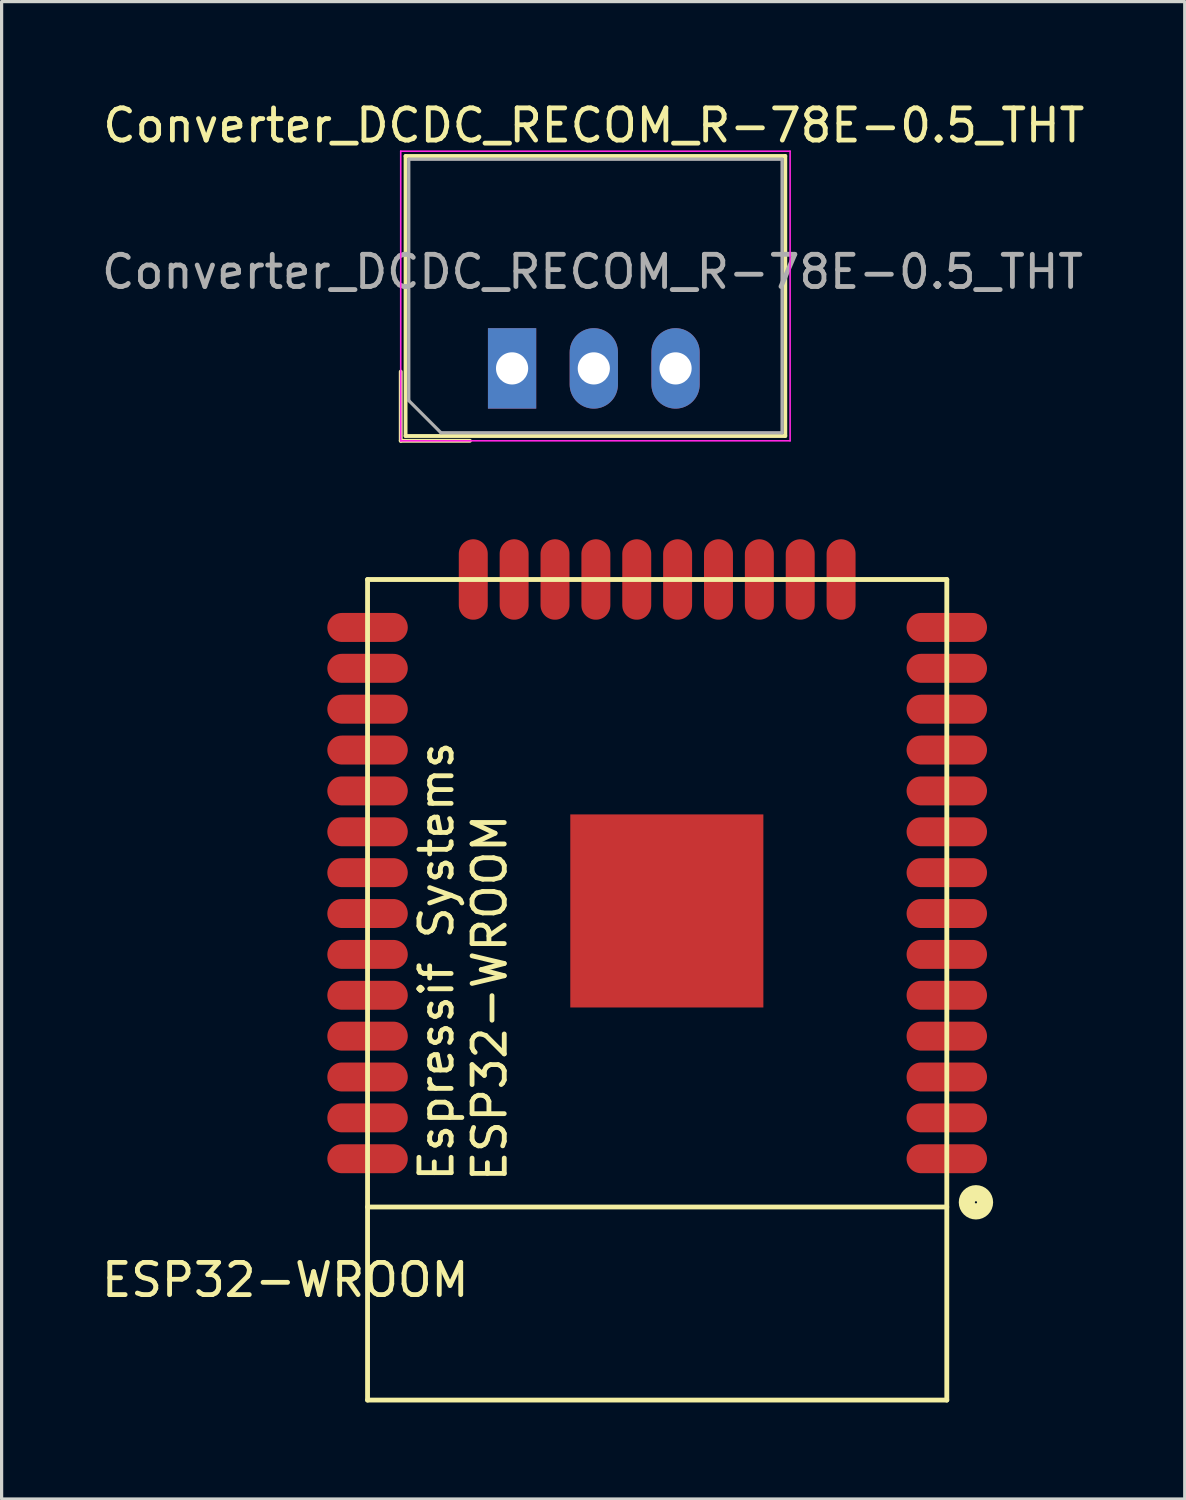
<source format=kicad_pcb>
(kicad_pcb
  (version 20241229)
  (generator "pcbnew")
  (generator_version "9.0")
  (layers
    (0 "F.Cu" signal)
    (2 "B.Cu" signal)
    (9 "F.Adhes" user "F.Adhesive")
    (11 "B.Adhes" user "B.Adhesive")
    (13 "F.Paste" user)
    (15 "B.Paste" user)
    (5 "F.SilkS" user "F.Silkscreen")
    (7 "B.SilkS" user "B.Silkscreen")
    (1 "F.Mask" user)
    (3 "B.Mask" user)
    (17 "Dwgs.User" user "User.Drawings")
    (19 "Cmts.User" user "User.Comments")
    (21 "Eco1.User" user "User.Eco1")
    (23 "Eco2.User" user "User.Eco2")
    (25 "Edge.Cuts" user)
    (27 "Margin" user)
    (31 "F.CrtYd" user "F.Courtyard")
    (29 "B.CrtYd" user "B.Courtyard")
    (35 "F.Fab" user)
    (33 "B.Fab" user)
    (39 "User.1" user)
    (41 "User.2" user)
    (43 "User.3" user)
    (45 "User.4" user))
  (footprint "Converter_DCDC_RECOM_R-78E-0.5_THT"
    (layer "F.Cu")
    (at 12.863 8.398)
    (property "Reference" "Converter_DCDC_RECOM_R-78E-0.5_THT" (at 2.54 -7.55 0) (layer "F.SilkS") (effects (font (size 1 1) (thickness 0.15))))
    (attr through_hole)
    (fp_line (start -3.46 0.1) (end -3.46 2.25) (stroke (width 0.12) (type solid)) (layer "F.SilkS"))
    (fp_line (start -3.46 2.25) (end -1.31 2.25) (stroke (width 0.12) (type solid)) (layer "F.SilkS"))
    (fp_line (start -3.31 -6.6) (end -3.31 2.1) (stroke (width 0.12) (type solid)) (layer "F.SilkS"))
    (fp_line (start -3.31 2.1) (end 8.49 2.1) (stroke (width 0.12) (type solid)) (layer "F.SilkS"))
    (fp_line (start 8.49 -6.6) (end -3.31 -6.6) (stroke (width 0.12) (type solid)) (layer "F.SilkS"))
    (fp_line (start 8.49 2.1) (end 8.49 -6.6) (stroke (width 0.12) (type solid)) (layer "F.SilkS"))
    (fp_line (start -3.46 -6.75) (end -3.46 2.25) (stroke (width 0.05) (type solid)) (layer "F.CrtYd"))
    (fp_line (start -3.46 2.25) (end 8.64 2.25) (stroke (width 0.05) (type solid)) (layer "F.CrtYd"))
    (fp_line (start 8.64 -6.75) (end -3.46 -6.75) (stroke (width 0.05) (type solid)) (layer "F.CrtYd"))
    (fp_line (start 8.64 2.25) (end 8.64 -6.75) (stroke (width 0.05) (type solid)) (layer "F.CrtYd"))
    (fp_line (start -3.21 -6.5) (end -3.21 1) (stroke (width 0.1) (type solid)) (layer "F.Fab"))
    (fp_line (start -3.21 1) (end -2.21 2) (stroke (width 0.1) (type solid)) (layer "F.Fab"))
    (fp_line (start -2.21 2) (end 8.39 2) (stroke (width 0.1) (type solid)) (layer "F.Fab"))
    (fp_line (start 8.39 -6.5) (end -3.21 -6.5) (stroke (width 0.1) (type solid)) (layer "F.Fab"))
    (fp_line (start 8.39 2) (end 8.39 -6.5) (stroke (width 0.1) (type solid)) (layer "F.Fab"))
    (fp_text user "${REFERENCE}" (at 2.5 -3 0) (layer "F.Fab") (effects (font (size 1 1) (thickness 0.15))))
    (pad "1" thru_hole rect (at 0 0) (size 1.5 2.5) (drill 1) (layers "*.Cu" "*.Mask"))
    (pad "2" thru_hole oval (at 2.54 0) (size 1.5 2.5) (drill 1) (layers "*.Cu" "*.Mask"))
    (pad "3" thru_hole oval (at 5.08 0) (size 1.5 2.5) (drill 1) (layers "*.Cu" "*.Mask")))
  (footprint "ESP32-WROOM"
    (layer "F.Cu")
    (at 17.372 27.708)
    (property "Reference" "ESP32-WROOM" (at -11.557 9.017 0) (layer "F.SilkS") (effects (font (size 1 1) (thickness 0.15))))
    (attr through_hole)
    (fp_line (start -9 -12.75) (end 9 -12.75) (stroke (width 0.15) (type solid)) (layer "F.SilkS"))
    (fp_line (start -9 6.75) (end 9 6.75) (stroke (width 0.15) (type solid)) (layer "F.SilkS"))
    (fp_line (start -9 12.75) (end -9 -12.75) (stroke (width 0.15) (type solid)) (layer "F.SilkS"))
    (fp_line (start -9 12.75) (end 9 12.75) (stroke (width 0.15) (type solid)) (layer "F.SilkS"))
    (fp_line (start 9 12.75) (end 9 -12.75) (stroke (width 0.15) (type solid)) (layer "F.SilkS"))
    (fp_circle (center 9.906 6.604) (end 10.033 6.858) (stroke (width 0.5) (type solid)) (fill no) (layer "F.SilkS"))
    (fp_text user "Espressif Systems" (at -6.858 -0.889 90) (layer "F.SilkS") (effects (font (size 1 1) (thickness 0.15))))
    (fp_text user "ESP32-WROOM" (at -5.207 0.254 90) (layer "F.SilkS") (effects (font (size 1 1) (thickness 0.15))))
    (pad "" smd rect (at -1.575 -4.325) (size 1.5 1.5) (layers "F.Paste"))
    (pad "" smd rect (at -1.575 -2.45) (size 1.5 1.5) (layers "F.Paste"))
    (pad "" smd rect (at -1.575 -0.575) (size 1.5 1.5) (layers "F.Paste"))
    (pad "" smd rect (at 0.3 -4.325) (size 1.5 1.5) (layers "F.Paste"))
    (pad "" smd rect (at 0.3 -2.45) (size 1.5 1.5) (layers "F.Paste"))
    (pad "" smd rect (at 0.3 -0.575) (size 1.5 1.5) (layers "F.Paste"))
    (pad "" smd rect (at 2.175 -4.325) (size 1.5 1.5) (layers "F.Paste"))
    (pad "" smd rect (at 2.175 -2.45) (size 1.5 1.5) (layers "F.Paste"))
    (pad "" smd rect (at 2.175 -0.575) (size 1.5 1.5) (layers "F.Paste"))
    (pad "1" smd oval (at 9 5.25) (size 2.5 0.9) (layers "F.Cu" "F.Mask" "F.Paste"))
    (pad "2" smd oval (at 9 3.98) (size 2.5 0.9) (layers "F.Cu" "F.Mask" "F.Paste"))
    (pad "3" smd oval (at 9 2.71) (size 2.5 0.9) (layers "F.Cu" "F.Mask" "F.Paste"))
    (pad "4" smd oval (at 9 1.44) (size 2.5 0.9) (layers "F.Cu" "F.Mask" "F.Paste"))
    (pad "5" smd oval (at 9 0.17) (size 2.5 0.9) (layers "F.Cu" "F.Mask" "F.Paste"))
    (pad "6" smd oval (at 9 -1.1) (size 2.5 0.9) (layers "F.Cu" "F.Mask" "F.Paste"))
    (pad "7" smd oval (at 9 -2.37) (size 2.5 0.9) (layers "F.Cu" "F.Mask" "F.Paste"))
    (pad "8" smd oval (at 9 -3.64) (size 2.5 0.9) (layers "F.Cu" "F.Mask" "F.Paste"))
    (pad "9" smd oval (at 9 -4.91) (size 2.5 0.9) (layers "F.Cu" "F.Mask" "F.Paste"))
    (pad "10" smd oval (at 9 -6.18) (size 2.5 0.9) (layers "F.Cu" "F.Mask" "F.Paste"))
    (pad "11" smd oval (at 9 -7.45) (size 2.5 0.9) (layers "F.Cu" "F.Mask" "F.Paste"))
    (pad "12" smd oval (at 9 -8.72) (size 2.5 0.9) (layers "F.Cu" "F.Mask" "F.Paste"))
    (pad "13" smd oval (at 9 -9.99) (size 2.5 0.9) (layers "F.Cu" "F.Mask" "F.Paste"))
    (pad "14" smd oval (at 9 -11.26) (size 2.5 0.9) (layers "F.Cu" "F.Mask" "F.Paste"))
    (pad "15" smd oval (at 5.715 -12.75) (size 0.9 2.5) (layers "F.Cu" "F.Mask" "F.Paste"))
    (pad "16" smd oval (at 4.445 -12.75) (size 0.9 2.5) (layers "F.Cu" "F.Mask" "F.Paste"))
    (pad "17" smd oval (at 3.175 -12.75) (size 0.9 2.5) (layers "F.Cu" "F.Mask" "F.Paste"))
    (pad "18" smd oval (at 1.905 -12.75) (size 0.9 2.5) (layers "F.Cu" "F.Mask" "F.Paste"))
    (pad "19" smd oval (at 0.635 -12.75) (size 0.9 2.5) (layers "F.Cu" "F.Mask" "F.Paste"))
    (pad "20" smd oval (at -0.635 -12.75) (size 0.9 2.5) (layers "F.Cu" "F.Mask" "F.Paste"))
    (pad "21" smd oval (at -1.905 -12.75) (size 0.9 2.5) (layers "F.Cu" "F.Mask" "F.Paste"))
    (pad "22" smd oval (at -3.175 -12.75) (size 0.9 2.5) (layers "F.Cu" "F.Mask" "F.Paste"))
    (pad "23" smd oval (at -4.445 -12.75) (size 0.9 2.5) (layers "F.Cu" "F.Mask" "F.Paste"))
    (pad "24" smd oval (at -5.715 -12.75) (size 0.9 2.5) (layers "F.Cu" "F.Mask" "F.Paste"))
    (pad "25" smd oval (at -9 -11.26) (size 2.5 0.9) (layers "F.Cu" "F.Mask" "F.Paste"))
    (pad "26" smd oval (at -9 -9.99) (size 2.5 0.9) (layers "F.Cu" "F.Mask" "F.Paste"))
    (pad "27" smd oval (at -9 -8.72) (size 2.5 0.9) (layers "F.Cu" "F.Mask" "F.Paste"))
    (pad "28" smd oval (at -9 -7.45) (size 2.5 0.9) (layers "F.Cu" "F.Mask" "F.Paste"))
    (pad "29" smd oval (at -9 -6.18) (size 2.5 0.9) (layers "F.Cu" "F.Mask" "F.Paste"))
    (pad "30" smd oval (at -9 -4.91) (size 2.5 0.9) (layers "F.Cu" "F.Mask" "F.Paste"))
    (pad "31" smd oval (at -9 -3.64) (size 2.5 0.9) (layers "F.Cu" "F.Mask" "F.Paste"))
    (pad "32" smd oval (at -9 -2.37) (size 2.5 0.9) (layers "F.Cu" "F.Mask" "F.Paste"))
    (pad "33" smd oval (at -9 -1.1) (size 2.5 0.9) (layers "F.Cu" "F.Mask" "F.Paste"))
    (pad "34" smd oval (at -9 0.17) (size 2.5 0.9) (layers "F.Cu" "F.Mask" "F.Paste"))
    (pad "35" smd oval (at -9 1.44) (size 2.5 0.9) (layers "F.Cu" "F.Mask" "F.Paste"))
    (pad "36" smd oval (at -9 2.71) (size 2.5 0.9) (layers "F.Cu" "F.Mask" "F.Paste"))
    (pad "37" smd oval (at -9 3.98) (size 2.5 0.9) (layers "F.Cu" "F.Mask" "F.Paste"))
    (pad "38" smd oval (at -9 5.25) (size 2.5 0.9) (layers "F.Cu" "F.Mask" "F.Paste"))
    (pad "39" smd rect (at 0.3 -2.45) (size 6 6) (layers "F.Cu" "F.Mask")))
  (gr_rect
    (start -3 -3)
    (end 33.766 43.533)
    (stroke (width 0.1) (type default))
    (fill no)
    (layer "Edge.Cuts")))
</source>
